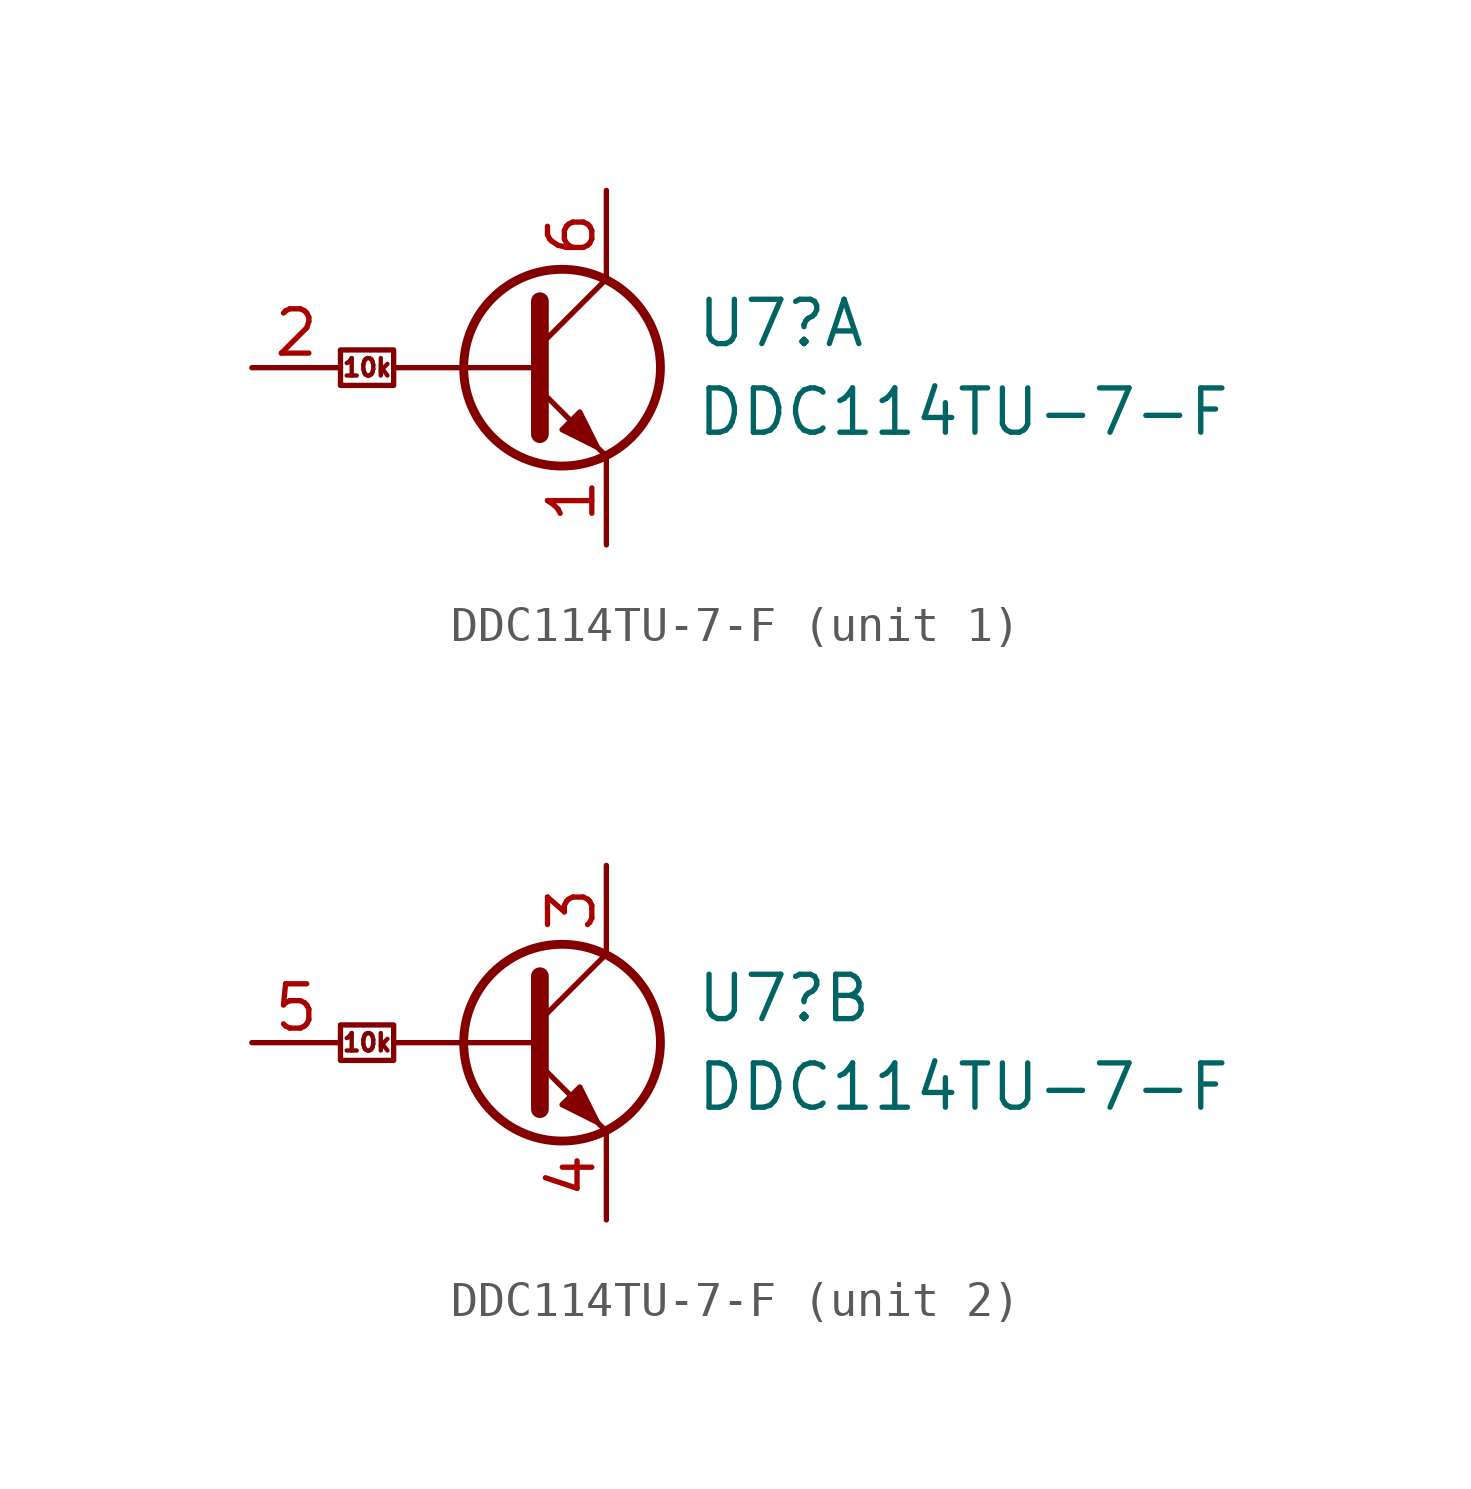
<source format=kicad_sym>
(kicad_symbol_lib
  (version 20241209)
  (generator "kicad_symbol_editor")
  (generator_version "9.0")
  (symbol "DDC114TU-7-F"
    (pin_names
      (hide yes))
    (property "Reference" "U7"
      (at 3.81 1.27 0)
      (effects (font (size 1.27 1.27)) (justify left)))
    (property "Value" "DDC114TU-7-F"
      (at 3.81 -1.27 0)
      (effects (font (size 1.27 1.27)) (justify left)))
    (symbol "DDC114TU-7-F_0_1"
      (rectangle (start -6.35 0.508) (end -4.826 -0.508) (stroke (width 0) (type default)) (fill (type none)))
      (polyline (pts (xy -0.762 0) (xy -4.826 0)) (stroke (width 0) (type default)) (fill (type none)))
      (polyline (pts (xy -0.635 1.905) (xy -0.635 -1.905)) (stroke (width 0.508) (type default)) (fill (type none)))
      (polyline (pts (xy -0.635 0.635) (xy 1.27 2.54)) (stroke (width 0) (type default)) (fill (type none)))
      (polyline (pts (xy -0.635 -0.635) (xy 1.27 -2.54)) (stroke (width 0) (type default)) (fill (type none)))
      (polyline (pts (xy 0 -1.778) (xy 0.508 -1.27) (xy 1.016 -2.286) (xy 0 -1.778)) (stroke (width 0) (type default)) (fill (type outline)))
      (text "10k" (at -5.588 0 0) (effects (font (size 0.5 0.5)))))
    (symbol "DDC114TU-7-F_1_1"
      (circle (center 0 0) (radius 2.819) (stroke (width 0.254) (type default)) (fill (type none)))
      (pin input line (at -8.89 0 0) (length 2.54) (name "B1" (effects (font (size 1.27 1.27)))) (number "2" (effects (font (size 1.27 1.27)))))
      (pin passive line (at 1.27 5.08 270) (length 2.54) (name "C1" (effects (font (size 1.27 1.27)))) (number "6" (effects (font (size 1.27 1.27)))))
      (pin passive line (at 1.27 -5.08 90) (length 2.54) (name "E1" (effects (font (size 1.27 1.27)))) (number "1" (effects (font (size 1.27 1.27))))))
    (symbol "DDC114TU-7-F_2_1"
      (circle (center 0 0) (radius 2.819) (stroke (width 0.254) (type default)) (fill (type none)))
      (pin input line (at -8.89 0 0) (length 2.54) (name "B2" (effects (font (size 1.27 1.27)))) (number "5" (effects (font (size 1.27 1.27)))))
      (pin passive line (at 1.27 5.08 270) (length 2.54) (name "C2" (effects (font (size 1.27 1.27)))) (number "3" (effects (font (size 1.27 1.27)))))
      (pin passive line (at 1.27 -5.08 90) (length 2.54) (name "E2" (effects (font (size 1.27 1.27)))) (number "4" (effects (font (size 1.27 1.27))))))))
</source>
